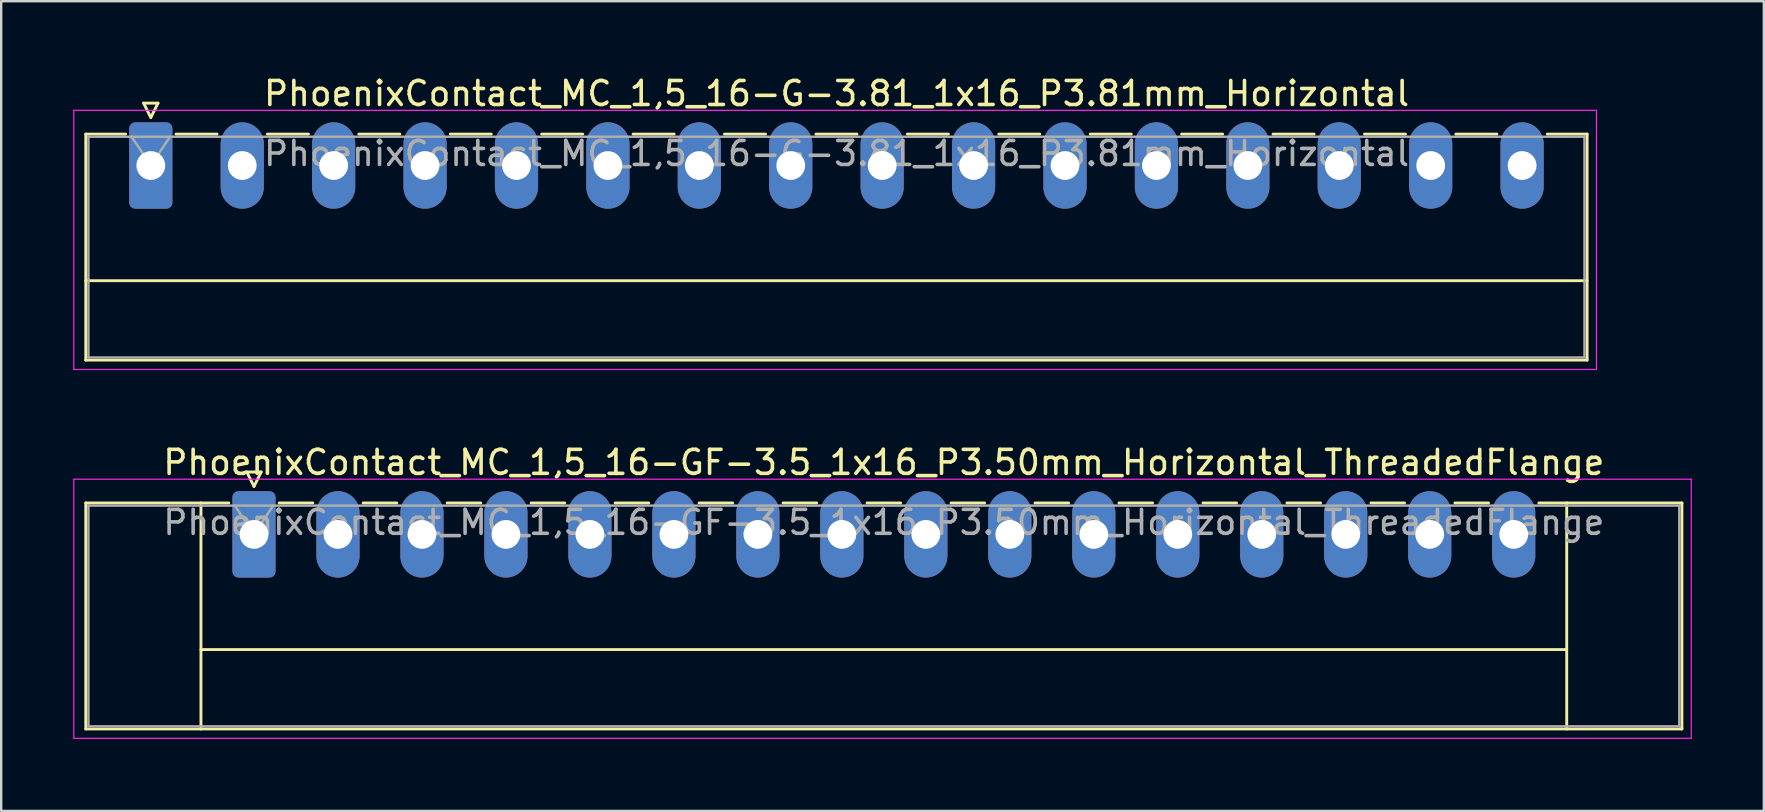
<source format=kicad_pcb>
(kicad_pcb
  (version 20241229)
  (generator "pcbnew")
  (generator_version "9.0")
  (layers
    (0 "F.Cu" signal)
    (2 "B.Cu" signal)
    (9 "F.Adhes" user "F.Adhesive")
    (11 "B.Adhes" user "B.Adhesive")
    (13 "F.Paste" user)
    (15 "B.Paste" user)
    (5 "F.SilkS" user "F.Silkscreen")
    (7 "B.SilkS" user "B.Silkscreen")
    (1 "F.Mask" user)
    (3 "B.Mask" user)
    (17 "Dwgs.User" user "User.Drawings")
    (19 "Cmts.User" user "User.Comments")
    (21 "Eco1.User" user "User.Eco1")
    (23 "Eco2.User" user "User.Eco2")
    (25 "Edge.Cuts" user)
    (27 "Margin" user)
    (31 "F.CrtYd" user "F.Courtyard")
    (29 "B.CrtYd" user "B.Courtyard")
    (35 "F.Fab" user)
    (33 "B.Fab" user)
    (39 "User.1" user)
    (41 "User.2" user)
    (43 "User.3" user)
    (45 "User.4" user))
  (footprint "PhoenixContact_MC_1,5_16-G-3.81_1x16_P3.81mm_Horizontal"
    (layer "F.Cu")
    (at 3.235 3.848)
    (property "Reference" "PhoenixContact_MC_1,5_16-G-3.81_1x16_P3.81mm_Horizontal" (at 28.58 -3 0) (layer "F.SilkS") (effects (font (size 1 1) (thickness 0.15))))
    (attr through_hole)
    (fp_line (start -2.71 -1.31) (end -2.71 8.11) (stroke (width 0.12) (type solid)) (layer "F.SilkS"))
    (fp_line (start -2.71 -1.31) (end -1.05 -1.31) (stroke (width 0.12) (type solid)) (layer "F.SilkS"))
    (fp_line (start -2.71 4.8) (end 59.86 4.8) (stroke (width 0.12) (type solid)) (layer "F.SilkS"))
    (fp_line (start -2.71 8.11) (end 59.86 8.11) (stroke (width 0.12) (type solid)) (layer "F.SilkS"))
    (fp_line (start -0.3 -2.6) (end 0.3 -2.6) (stroke (width 0.12) (type solid)) (layer "F.SilkS"))
    (fp_line (start 0 -2) (end -0.3 -2.6) (stroke (width 0.12) (type solid)) (layer "F.SilkS"))
    (fp_line (start 0.3 -2.6) (end 0 -2) (stroke (width 0.12) (type solid)) (layer "F.SilkS"))
    (fp_line (start 1.05 -1.31) (end 2.76 -1.31) (stroke (width 0.12) (type solid)) (layer "F.SilkS"))
    (fp_line (start 4.86 -1.31) (end 6.57 -1.31) (stroke (width 0.12) (type solid)) (layer "F.SilkS"))
    (fp_line (start 8.67 -1.31) (end 10.38 -1.31) (stroke (width 0.12) (type solid)) (layer "F.SilkS"))
    (fp_line (start 12.48 -1.31) (end 14.19 -1.31) (stroke (width 0.12) (type solid)) (layer "F.SilkS"))
    (fp_line (start 16.29 -1.31) (end 18 -1.31) (stroke (width 0.12) (type solid)) (layer "F.SilkS"))
    (fp_line (start 20.1 -1.31) (end 21.81 -1.31) (stroke (width 0.12) (type solid)) (layer "F.SilkS"))
    (fp_line (start 23.91 -1.31) (end 25.62 -1.31) (stroke (width 0.12) (type solid)) (layer "F.SilkS"))
    (fp_line (start 27.72 -1.31) (end 29.43 -1.31) (stroke (width 0.12) (type solid)) (layer "F.SilkS"))
    (fp_line (start 31.53 -1.31) (end 33.24 -1.31) (stroke (width 0.12) (type solid)) (layer "F.SilkS"))
    (fp_line (start 35.34 -1.31) (end 37.05 -1.31) (stroke (width 0.12) (type solid)) (layer "F.SilkS"))
    (fp_line (start 39.15 -1.31) (end 40.86 -1.31) (stroke (width 0.12) (type solid)) (layer "F.SilkS"))
    (fp_line (start 42.96 -1.31) (end 44.67 -1.31) (stroke (width 0.12) (type solid)) (layer "F.SilkS"))
    (fp_line (start 46.77 -1.31) (end 48.48 -1.31) (stroke (width 0.12) (type solid)) (layer "F.SilkS"))
    (fp_line (start 50.58 -1.31) (end 52.29 -1.31) (stroke (width 0.12) (type solid)) (layer "F.SilkS"))
    (fp_line (start 54.39 -1.31) (end 56.1 -1.31) (stroke (width 0.12) (type solid)) (layer "F.SilkS"))
    (fp_line (start 59.86 -1.31) (end 58.2 -1.31) (stroke (width 0.12) (type solid)) (layer "F.SilkS"))
    (fp_line (start 59.86 8.11) (end 59.86 -1.31) (stroke (width 0.12) (type solid)) (layer "F.SilkS"))
    (fp_line (start -3.21 -2.3) (end -3.21 8.5) (stroke (width 0.05) (type solid)) (layer "F.CrtYd"))
    (fp_line (start -3.21 8.5) (end 60.25 8.5) (stroke (width 0.05) (type solid)) (layer "F.CrtYd"))
    (fp_line (start 60.25 -2.3) (end -3.21 -2.3) (stroke (width 0.05) (type solid)) (layer "F.CrtYd"))
    (fp_line (start 60.25 8.5) (end 60.25 -2.3) (stroke (width 0.05) (type solid)) (layer "F.CrtYd"))
    (fp_line (start -2.6 -1.2) (end -2.6 8) (stroke (width 0.1) (type solid)) (layer "F.Fab"))
    (fp_line (start -2.6 8) (end 59.75 8) (stroke (width 0.1) (type solid)) (layer "F.Fab"))
    (fp_line (start 0 0) (end -0.8 -1.2) (stroke (width 0.1) (type solid)) (layer "F.Fab"))
    (fp_line (start 0.8 -1.2) (end 0 0) (stroke (width 0.1) (type solid)) (layer "F.Fab"))
    (fp_line (start 59.75 -1.2) (end -2.6 -1.2) (stroke (width 0.1) (type solid)) (layer "F.Fab"))
    (fp_line (start 59.75 8) (end 59.75 -1.2) (stroke (width 0.1) (type solid)) (layer "F.Fab"))
    (fp_text user "${REFERENCE}" (at 28.58 -0.5 0) (layer "F.Fab") (effects (font (size 1 1) (thickness 0.15))))
    (pad "1" thru_hole roundrect (at 0 0) (size 1.8 3.6) (drill 1.2) (layers "*.Cu" "*.Mask") (roundrect_rratio 0.139))
    (pad "2" thru_hole oval (at 3.81 0) (size 1.8 3.6) (drill 1.2) (layers "*.Cu" "*.Mask"))
    (pad "3" thru_hole oval (at 7.62 0) (size 1.8 3.6) (drill 1.2) (layers "*.Cu" "*.Mask"))
    (pad "4" thru_hole oval (at 11.43 0) (size 1.8 3.6) (drill 1.2) (layers "*.Cu" "*.Mask"))
    (pad "5" thru_hole oval (at 15.24 0) (size 1.8 3.6) (drill 1.2) (layers "*.Cu" "*.Mask"))
    (pad "6" thru_hole oval (at 19.05 0) (size 1.8 3.6) (drill 1.2) (layers "*.Cu" "*.Mask"))
    (pad "7" thru_hole oval (at 22.86 0) (size 1.8 3.6) (drill 1.2) (layers "*.Cu" "*.Mask"))
    (pad "8" thru_hole oval (at 26.67 0) (size 1.8 3.6) (drill 1.2) (layers "*.Cu" "*.Mask"))
    (pad "9" thru_hole oval (at 30.48 0) (size 1.8 3.6) (drill 1.2) (layers "*.Cu" "*.Mask"))
    (pad "10" thru_hole oval (at 34.29 0) (size 1.8 3.6) (drill 1.2) (layers "*.Cu" "*.Mask"))
    (pad "11" thru_hole oval (at 38.1 0) (size 1.8 3.6) (drill 1.2) (layers "*.Cu" "*.Mask"))
    (pad "12" thru_hole oval (at 41.91 0) (size 1.8 3.6) (drill 1.2) (layers "*.Cu" "*.Mask"))
    (pad "13" thru_hole oval (at 45.72 0) (size 1.8 3.6) (drill 1.2) (layers "*.Cu" "*.Mask"))
    (pad "14" thru_hole oval (at 49.53 0) (size 1.8 3.6) (drill 1.2) (layers "*.Cu" "*.Mask"))
    (pad "15" thru_hole oval (at 53.34 0) (size 1.8 3.6) (drill 1.2) (layers "*.Cu" "*.Mask"))
    (pad "16" thru_hole oval (at 57.15 0) (size 1.8 3.6) (drill 1.2) (layers "*.Cu" "*.Mask")))
  (footprint "PhoenixContact_MC_1,5_16-GF-3.5_1x16_P3.50mm_Horizontal_ThreadedFlange"
    (layer "F.Cu")
    (at 7.535 19.221)
    (property "Reference" "PhoenixContact_MC_1,5_16-GF-3.5_1x16_P3.50mm_Horizontal_ThreadedFlange" (at 26.25 -3 0) (layer "F.SilkS") (effects (font (size 1 1) (thickness 0.15))))
    (attr through_hole)
    (fp_line (start -7.01 -1.31) (end -7.01 8.11) (stroke (width 0.12) (type solid)) (layer "F.SilkS"))
    (fp_line (start -7.01 -1.31) (end -1.05 -1.31) (stroke (width 0.12) (type solid)) (layer "F.SilkS"))
    (fp_line (start -7.01 8.11) (end 59.51 8.11) (stroke (width 0.12) (type solid)) (layer "F.SilkS"))
    (fp_line (start -2.21 -1.31) (end -2.21 8.11) (stroke (width 0.12) (type solid)) (layer "F.SilkS"))
    (fp_line (start -2.21 4.8) (end 54.71 4.8) (stroke (width 0.12) (type solid)) (layer "F.SilkS"))
    (fp_line (start -0.3 -2.6) (end 0.3 -2.6) (stroke (width 0.12) (type solid)) (layer "F.SilkS"))
    (fp_line (start 0 -2) (end -0.3 -2.6) (stroke (width 0.12) (type solid)) (layer "F.SilkS"))
    (fp_line (start 0.3 -2.6) (end 0 -2) (stroke (width 0.12) (type solid)) (layer "F.SilkS"))
    (fp_line (start 1.05 -1.31) (end 2.45 -1.31) (stroke (width 0.12) (type solid)) (layer "F.SilkS"))
    (fp_line (start 4.55 -1.31) (end 5.95 -1.31) (stroke (width 0.12) (type solid)) (layer "F.SilkS"))
    (fp_line (start 8.05 -1.31) (end 9.45 -1.31) (stroke (width 0.12) (type solid)) (layer "F.SilkS"))
    (fp_line (start 11.55 -1.31) (end 12.95 -1.31) (stroke (width 0.12) (type solid)) (layer "F.SilkS"))
    (fp_line (start 15.05 -1.31) (end 16.45 -1.31) (stroke (width 0.12) (type solid)) (layer "F.SilkS"))
    (fp_line (start 18.55 -1.31) (end 19.95 -1.31) (stroke (width 0.12) (type solid)) (layer "F.SilkS"))
    (fp_line (start 22.05 -1.31) (end 23.45 -1.31) (stroke (width 0.12) (type solid)) (layer "F.SilkS"))
    (fp_line (start 25.55 -1.31) (end 26.95 -1.31) (stroke (width 0.12) (type solid)) (layer "F.SilkS"))
    (fp_line (start 29.05 -1.31) (end 30.45 -1.31) (stroke (width 0.12) (type solid)) (layer "F.SilkS"))
    (fp_line (start 32.55 -1.31) (end 33.95 -1.31) (stroke (width 0.12) (type solid)) (layer "F.SilkS"))
    (fp_line (start 36.05 -1.31) (end 37.45 -1.31) (stroke (width 0.12) (type solid)) (layer "F.SilkS"))
    (fp_line (start 39.55 -1.31) (end 40.95 -1.31) (stroke (width 0.12) (type solid)) (layer "F.SilkS"))
    (fp_line (start 43.05 -1.31) (end 44.45 -1.31) (stroke (width 0.12) (type solid)) (layer "F.SilkS"))
    (fp_line (start 46.55 -1.31) (end 47.95 -1.31) (stroke (width 0.12) (type solid)) (layer "F.SilkS"))
    (fp_line (start 50.05 -1.31) (end 51.45 -1.31) (stroke (width 0.12) (type solid)) (layer "F.SilkS"))
    (fp_line (start 54.71 -1.31) (end 54.71 8.11) (stroke (width 0.12) (type solid)) (layer "F.SilkS"))
    (fp_line (start 59.51 -1.31) (end 53.55 -1.31) (stroke (width 0.12) (type solid)) (layer "F.SilkS"))
    (fp_line (start 59.51 8.11) (end 59.51 -1.31) (stroke (width 0.12) (type solid)) (layer "F.SilkS"))
    (fp_line (start -7.51 -2.3) (end -7.51 8.5) (stroke (width 0.05) (type solid)) (layer "F.CrtYd"))
    (fp_line (start -7.51 8.5) (end 59.9 8.5) (stroke (width 0.05) (type solid)) (layer "F.CrtYd"))
    (fp_line (start 59.9 -2.3) (end -7.51 -2.3) (stroke (width 0.05) (type solid)) (layer "F.CrtYd"))
    (fp_line (start 59.9 8.5) (end 59.9 -2.3) (stroke (width 0.05) (type solid)) (layer "F.CrtYd"))
    (fp_line (start -6.9 -1.2) (end -6.9 8) (stroke (width 0.1) (type solid)) (layer "F.Fab"))
    (fp_line (start -6.9 8) (end 59.4 8) (stroke (width 0.1) (type solid)) (layer "F.Fab"))
    (fp_line (start 0 0) (end -0.8 -1.2) (stroke (width 0.1) (type solid)) (layer "F.Fab"))
    (fp_line (start 0.8 -1.2) (end 0 0) (stroke (width 0.1) (type solid)) (layer "F.Fab"))
    (fp_line (start 59.4 -1.2) (end -6.9 -1.2) (stroke (width 0.1) (type solid)) (layer "F.Fab"))
    (fp_line (start 59.4 8) (end 59.4 -1.2) (stroke (width 0.1) (type solid)) (layer "F.Fab"))
    (fp_text user "${REFERENCE}" (at 26.25 -0.5 0) (layer "F.Fab") (effects (font (size 1 1) (thickness 0.15))))
    (pad "1" thru_hole roundrect (at 0 0) (size 1.8 3.6) (drill 1.2) (layers "*.Cu" "*.Mask") (roundrect_rratio 0.139))
    (pad "2" thru_hole oval (at 3.5 0) (size 1.8 3.6) (drill 1.2) (layers "*.Cu" "*.Mask"))
    (pad "3" thru_hole oval (at 7 0) (size 1.8 3.6) (drill 1.2) (layers "*.Cu" "*.Mask"))
    (pad "4" thru_hole oval (at 10.5 0) (size 1.8 3.6) (drill 1.2) (layers "*.Cu" "*.Mask"))
    (pad "5" thru_hole oval (at 14 0) (size 1.8 3.6) (drill 1.2) (layers "*.Cu" "*.Mask"))
    (pad "6" thru_hole oval (at 17.5 0) (size 1.8 3.6) (drill 1.2) (layers "*.Cu" "*.Mask"))
    (pad "7" thru_hole oval (at 21 0) (size 1.8 3.6) (drill 1.2) (layers "*.Cu" "*.Mask"))
    (pad "8" thru_hole oval (at 24.5 0) (size 1.8 3.6) (drill 1.2) (layers "*.Cu" "*.Mask"))
    (pad "9" thru_hole oval (at 28 0) (size 1.8 3.6) (drill 1.2) (layers "*.Cu" "*.Mask"))
    (pad "10" thru_hole oval (at 31.5 0) (size 1.8 3.6) (drill 1.2) (layers "*.Cu" "*.Mask"))
    (pad "11" thru_hole oval (at 35 0) (size 1.8 3.6) (drill 1.2) (layers "*.Cu" "*.Mask"))
    (pad "12" thru_hole oval (at 38.5 0) (size 1.8 3.6) (drill 1.2) (layers "*.Cu" "*.Mask"))
    (pad "13" thru_hole oval (at 42 0) (size 1.8 3.6) (drill 1.2) (layers "*.Cu" "*.Mask"))
    (pad "14" thru_hole oval (at 45.5 0) (size 1.8 3.6) (drill 1.2) (layers "*.Cu" "*.Mask"))
    (pad "15" thru_hole oval (at 49 0) (size 1.8 3.6) (drill 1.2) (layers "*.Cu" "*.Mask"))
    (pad "16" thru_hole oval (at 52.5 0) (size 1.8 3.6) (drill 1.2) (layers "*.Cu" "*.Mask")))
  (gr_rect
    (start -3 -3)
    (end 70.46 30.747)
    (stroke (width 0.1) (type default))
    (fill no)
    (layer "Edge.Cuts")))
</source>
